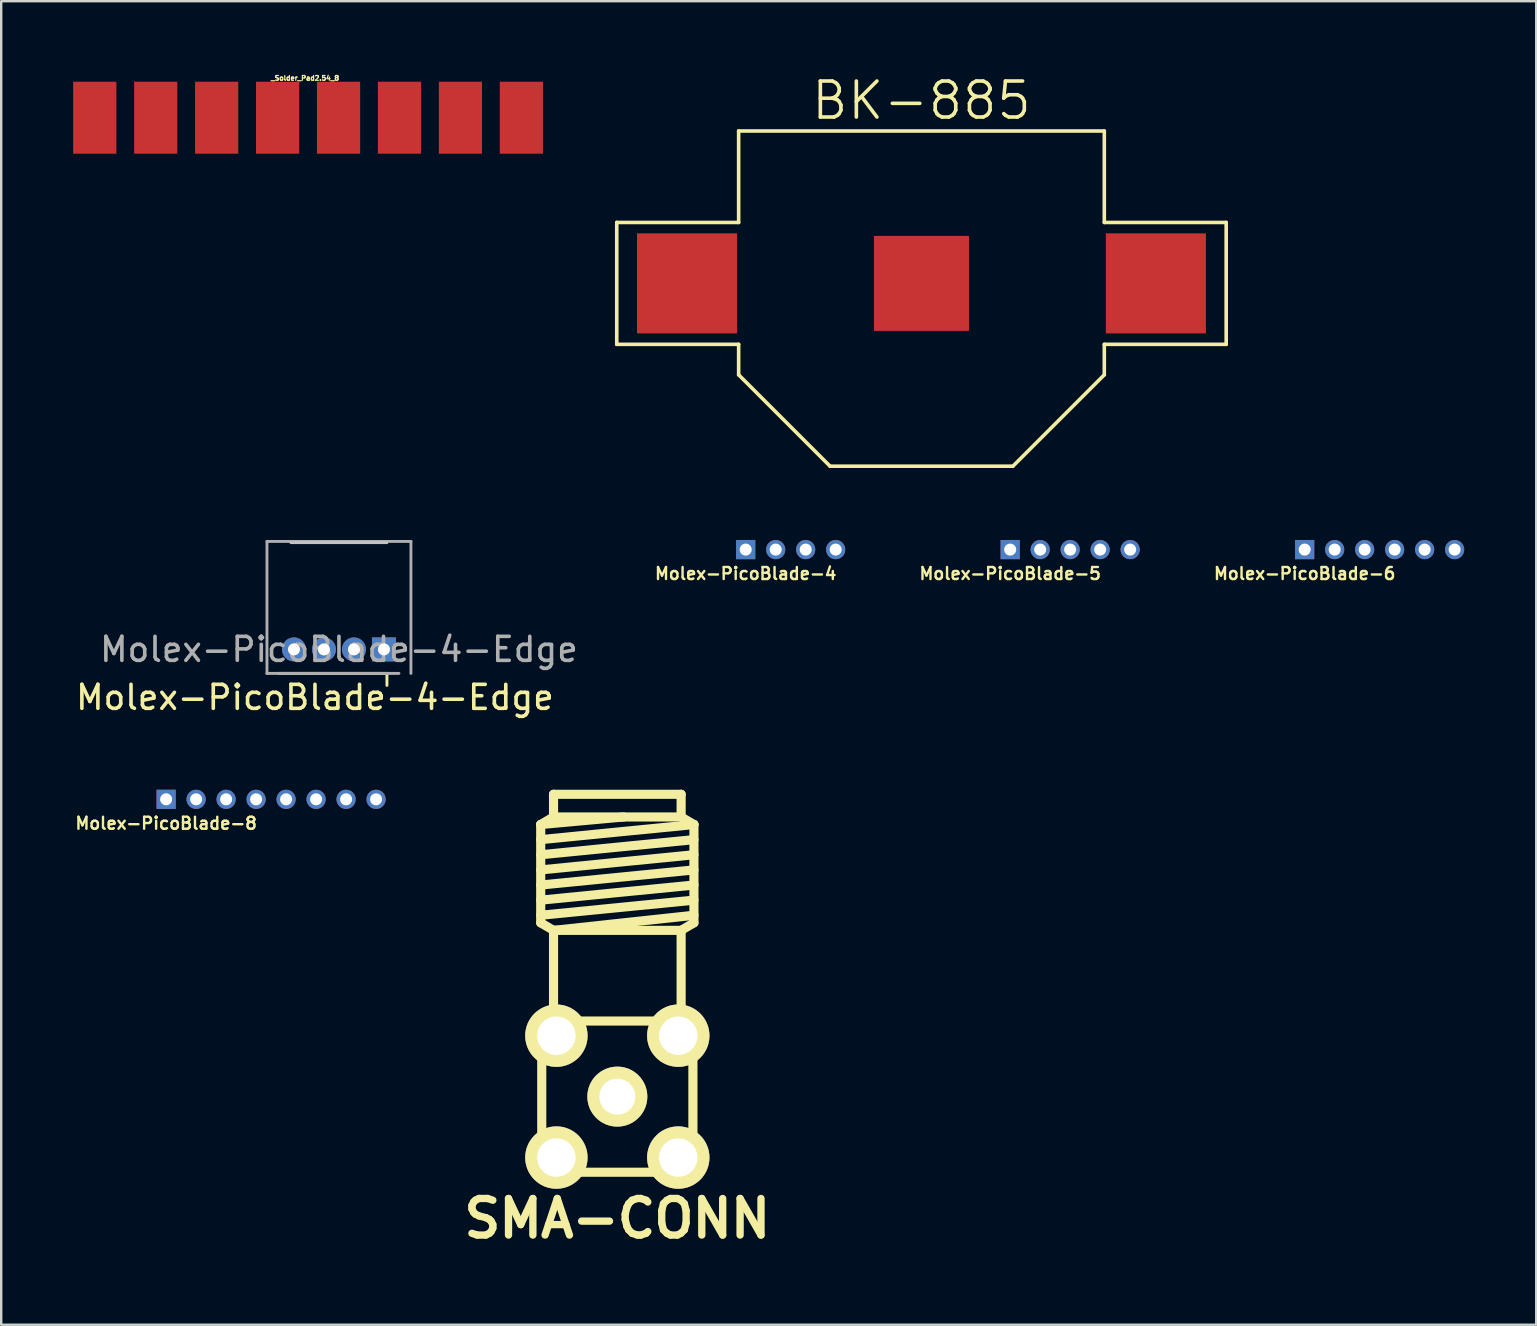
<source format=kicad_pcb>
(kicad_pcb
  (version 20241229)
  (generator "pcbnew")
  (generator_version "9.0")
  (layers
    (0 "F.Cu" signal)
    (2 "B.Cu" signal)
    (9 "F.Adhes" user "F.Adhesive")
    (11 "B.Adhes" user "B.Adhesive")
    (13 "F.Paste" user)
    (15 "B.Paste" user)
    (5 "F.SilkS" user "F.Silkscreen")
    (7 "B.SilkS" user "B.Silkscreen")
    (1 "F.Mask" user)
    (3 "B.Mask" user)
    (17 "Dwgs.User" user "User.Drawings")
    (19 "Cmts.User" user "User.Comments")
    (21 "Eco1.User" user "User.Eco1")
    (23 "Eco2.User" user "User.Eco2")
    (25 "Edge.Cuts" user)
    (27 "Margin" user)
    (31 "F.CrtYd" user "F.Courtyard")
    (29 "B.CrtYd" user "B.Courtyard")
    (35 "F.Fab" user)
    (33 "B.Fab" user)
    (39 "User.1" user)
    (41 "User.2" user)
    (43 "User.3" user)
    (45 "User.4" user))
  (footprint "BK-885"
    (layer "F.Cu")
    (at 35.355 8.761)
    (property "Reference" "BK-885" (at 0 -7.62 0) (layer "F.SilkS") (effects (font (size 1.5 1.5) (thickness 0.15))))
    (attr through_hole)
    (fp_line (start -12.7 -2.54) (end -12.7 2.54) (stroke (width 0.15) (type solid)) (layer "F.SilkS"))
    (fp_line (start -12.7 2.54) (end -7.62 2.54) (stroke (width 0.15) (type solid)) (layer "F.SilkS"))
    (fp_line (start -7.62 -6.35) (end -7.62 -2.54) (stroke (width 0.15) (type solid)) (layer "F.SilkS"))
    (fp_line (start -7.62 -2.54) (end -12.7 -2.54) (stroke (width 0.15) (type solid)) (layer "F.SilkS"))
    (fp_line (start -7.62 2.54) (end -7.62 3.81) (stroke (width 0.15) (type solid)) (layer "F.SilkS"))
    (fp_line (start -7.62 3.81) (end -3.81 7.62) (stroke (width 0.15) (type solid)) (layer "F.SilkS"))
    (fp_line (start -3.81 7.62) (end 3.81 7.62) (stroke (width 0.15) (type solid)) (layer "F.SilkS"))
    (fp_line (start 3.81 7.62) (end 7.62 3.81) (stroke (width 0.15) (type solid)) (layer "F.SilkS"))
    (fp_line (start 7.62 -6.35) (end -7.62 -6.35) (stroke (width 0.15) (type solid)) (layer "F.SilkS"))
    (fp_line (start 7.62 -2.54) (end 7.62 -6.35) (stroke (width 0.15) (type solid)) (layer "F.SilkS"))
    (fp_line (start 7.62 2.54) (end 12.7 2.54) (stroke (width 0.15) (type solid)) (layer "F.SilkS"))
    (fp_line (start 7.62 3.81) (end 7.62 2.54) (stroke (width 0.15) (type solid)) (layer "F.SilkS"))
    (fp_line (start 12.7 -2.54) (end 7.62 -2.54) (stroke (width 0.15) (type solid)) (layer "F.SilkS"))
    (fp_line (start 12.7 2.54) (end 12.7 -2.54) (stroke (width 0.15) (type solid)) (layer "F.SilkS"))
    (pad "1" smd rect (at -9.77 0) (size 4.17 4.17) (layers "F.Cu" "F.Mask" "F.Paste"))
    (pad "1" smd rect (at 9.77 0) (size 4.17 4.17) (layers "F.Cu" "F.Mask" "F.Paste"))
    (pad "2" smd rect (at 0 0) (size 3.96 3.96) (layers "F.Cu" "F.Mask" "F.Paste")))
  (footprint "Molex-PicoBlade-6"
    (layer "F.Cu")
    (at 51.326 19.856)
    (property "Reference" "Molex-PicoBlade-6" (at 0 1 0) (layer "F.SilkS") (effects (font (size 0.5 0.5) (thickness 0.1))))
    (attr through_hole)
    (pad "1" thru_hole rect (at 0 0) (size 0.8 0.8) (drill 0.5) (layers "*.Cu" "*.Mask"))
    (pad "2" thru_hole circle (at 1.25 0) (size 0.8 0.8) (drill 0.5) (layers "*.Cu" "*.Mask"))
    (pad "3" thru_hole circle (at 2.5 0) (size 0.8 0.8) (drill 0.5) (layers "*.Cu" "*.Mask"))
    (pad "4" thru_hole circle (at 3.75 0) (size 0.8 0.8) (drill 0.5) (layers "*.Cu" "*.Mask"))
    (pad "5" thru_hole circle (at 5 0) (size 0.8 0.8) (drill 0.5) (layers "*.Cu" "*.Mask"))
    (pad "6" thru_hole circle (at 6.25 0) (size 0.8 0.8) (drill 0.5) (layers "*.Cu" "*.Mask")))
  (footprint "Molex-PicoBlade-8"
    (layer "F.Cu")
    (at 3.874 30.264)
    (property "Reference" "Molex-PicoBlade-8" (at 0 1 0) (layer "F.SilkS") (effects (font (size 0.5 0.5) (thickness 0.1))))
    (attr through_hole)
    (pad "1" thru_hole rect (at 0 0) (size 0.8 0.8) (drill 0.5) (layers "*.Cu" "*.Mask"))
    (pad "2" thru_hole circle (at 1.25 0) (size 0.8 0.8) (drill 0.5) (layers "*.Cu" "*.Mask"))
    (pad "3" thru_hole circle (at 2.5 0) (size 0.8 0.8) (drill 0.5) (layers "*.Cu" "*.Mask"))
    (pad "4" thru_hole circle (at 3.75 0) (size 0.8 0.8) (drill 0.5) (layers "*.Cu" "*.Mask"))
    (pad "5" thru_hole circle (at 5 0) (size 0.8 0.8) (drill 0.5) (layers "*.Cu" "*.Mask"))
    (pad "6" thru_hole circle (at 6.25 0) (size 0.8 0.8) (drill 0.5) (layers "*.Cu" "*.Mask"))
    (pad "7" thru_hole circle (at 7.5 0) (size 0.8 0.8) (drill 0.5) (layers "*.Cu" "*.Mask"))
    (pad "8" thru_hole circle (at 8.75 0) (size 0.8 0.8) (drill 0.5) (layers "*.Cu" "*.Mask")))
  (footprint "Molex-PicoBlade-4"
    (layer "F.Cu")
    (at 28.029 19.856)
    (property "Reference" "Molex-PicoBlade-4" (at 0 1 0) (layer "F.SilkS") (effects (font (size 0.5 0.5) (thickness 0.1))))
    (attr through_hole)
    (pad "1" thru_hole rect (at 0 0) (size 0.8 0.8) (drill 0.5) (layers "*.Cu" "*.Mask"))
    (pad "2" thru_hole circle (at 1.25 0) (size 0.8 0.8) (drill 0.5) (layers "*.Cu" "*.Mask"))
    (pad "3" thru_hole circle (at 2.5 0) (size 0.8 0.8) (drill 0.5) (layers "*.Cu" "*.Mask"))
    (pad "4" thru_hole circle (at 3.75 0) (size 0.8 0.8) (drill 0.5) (layers "*.Cu" "*.Mask")))
  (footprint "Molex-PicoBlade-5"
    (layer "F.Cu")
    (at 39.052 19.856)
    (property "Reference" "Molex-PicoBlade-5" (at 0 1 0) (layer "F.SilkS") (effects (font (size 0.5 0.5) (thickness 0.1))))
    (attr through_hole)
    (pad "1" thru_hole rect (at 0 0) (size 0.8 0.8) (drill 0.5) (layers "*.Cu" "*.Mask"))
    (pad "2" thru_hole circle (at 1.25 0) (size 0.8 0.8) (drill 0.5) (layers "*.Cu" "*.Mask"))
    (pad "3" thru_hole circle (at 2.5 0) (size 0.8 0.8) (drill 0.5) (layers "*.Cu" "*.Mask"))
    (pad "4" thru_hole circle (at 3.75 0) (size 0.8 0.8) (drill 0.5) (layers "*.Cu" "*.Mask"))
    (pad "5" thru_hole circle (at 5 0) (size 0.8 0.8) (drill 0.5) (layers "*.Cu" "*.Mask")))
  (footprint "Molex-PicoBlade-4-Edge"
    (layer "F.Cu")
    (at 11.077 24.016)
    (property "Reference" "Molex-PicoBlade-4-Edge" (at -1 2 0) (layer "F.SilkS") (effects (font (size 1 1) (thickness 0.15))))
    (attr through_hole)
    (fp_line (start -2.5 1) (end 2 1) (stroke (width 0.12) (type solid)) (layer "F.SilkS"))
    (fp_line (start 2 1) (end 2 1.5) (stroke (width 0.12) (type solid)) (layer "F.SilkS"))
    (fp_line (start -2 -4.45) (end 2 -4.45) (stroke (width 0.12) (type solid)) (layer "Dwgs.User"))
    (fp_line (start -3 -4.5) (end -3 1) (stroke (width 0.12) (type solid)) (layer "F.Fab"))
    (fp_line (start -3 1) (end 2.5 1) (stroke (width 0.12) (type solid)) (layer "F.Fab"))
    (fp_line (start 3 -4.5) (end -3 -4.5) (stroke (width 0.12) (type solid)) (layer "F.Fab"))
    (fp_line (start 3 1) (end 3 -4.5) (stroke (width 0.12) (type solid)) (layer "F.Fab"))
    (fp_text user "${REFERENCE}" (at 0 0 0) (layer "F.Fab") (effects (font (size 1 1) (thickness 0.15))))
    (pad "1" thru_hole rect (at 1.875 0) (size 1 1) (drill 0.5) (layers "*.Cu" "*.Mask"))
    (pad "2" thru_hole circle (at 0.625 0) (size 1 1) (drill 0.5) (layers "*.Cu" "*.Mask"))
    (pad "3" thru_hole circle (at -0.625 0) (size 1 1) (drill 0.5) (layers "*.Cu" "*.Mask"))
    (pad "4" thru_hole circle (at -1.875 0) (size 1 1) (drill 0.5) (layers "*.Cu" "*.Mask")))
  (footprint "SMA-CONN"
    (layer "F.Cu")
    (at 22.679 42.655)
    (property "Reference" "SMA-CONN" (at 0 5.08 0) (layer "F.SilkS") (effects (font (size 1.524 1.524) (thickness 0.305))))
    (attr through_hole)
    (fp_line (start -3.193 -11.341) (end -2.659 -11.656) (stroke (width 0.381) (type solid)) (layer "F.SilkS"))
    (fp_line (start -3.193 -11.341) (end 0.267 -11.656) (stroke (width 0.381) (type solid)) (layer "F.SilkS"))
    (fp_line (start -3.193 -10.711) (end 3.193 -11.341) (stroke (width 0.381) (type solid)) (layer "F.SilkS"))
    (fp_line (start -3.193 -10.081) (end 3.193 -10.711) (stroke (width 0.381) (type solid)) (layer "F.SilkS"))
    (fp_line (start -3.193 -9.449) (end 3.193 -10.081) (stroke (width 0.381) (type solid)) (layer "F.SilkS"))
    (fp_line (start -3.193 -8.819) (end 3.193 -9.449) (stroke (width 0.381) (type solid)) (layer "F.SilkS"))
    (fp_line (start -3.193 -8.189) (end 3.193 -8.819) (stroke (width 0.381) (type solid)) (layer "F.SilkS"))
    (fp_line (start -3.193 -7.559) (end 3.193 -8.189) (stroke (width 0.381) (type solid)) (layer "F.SilkS"))
    (fp_line (start -3.193 -7.244) (end -3.193 -11.341) (stroke (width 0.381) (type solid)) (layer "F.SilkS"))
    (fp_line (start -3.15 -3.15) (end 3.15 -3.15) (stroke (width 0.381) (type solid)) (layer "F.SilkS"))
    (fp_line (start -3.15 3.15) (end -3.15 -3.15) (stroke (width 0.381) (type solid)) (layer "F.SilkS"))
    (fp_line (start -2.659 -11.656) (end -2.659 -12.601) (stroke (width 0.381) (type solid)) (layer "F.SilkS"))
    (fp_line (start -2.659 -11.656) (end 2.659 -11.656) (stroke (width 0.381) (type solid)) (layer "F.SilkS"))
    (fp_line (start -2.659 -6.929) (end -3.193 -7.244) (stroke (width 0.381) (type solid)) (layer "F.SilkS"))
    (fp_line (start -2.659 -3.15) (end -2.659 -6.929) (stroke (width 0.381) (type solid)) (layer "F.SilkS"))
    (fp_line (start 2.659 -12.601) (end -2.659 -12.601) (stroke (width 0.381) (type solid)) (layer "F.SilkS"))
    (fp_line (start 2.659 -11.656) (end 2.659 -12.601) (stroke (width 0.381) (type solid)) (layer "F.SilkS"))
    (fp_line (start 2.659 -11.656) (end 3.193 -11.341) (stroke (width 0.381) (type solid)) (layer "F.SilkS"))
    (fp_line (start 2.659 -6.929) (end -2.659 -6.929) (stroke (width 0.381) (type solid)) (layer "F.SilkS"))
    (fp_line (start 2.659 -3.15) (end 2.659 -6.929) (stroke (width 0.381) (type solid)) (layer "F.SilkS"))
    (fp_line (start 3.15 -3.15) (end 3.15 3.15) (stroke (width 0.381) (type solid)) (layer "F.SilkS"))
    (fp_line (start 3.15 3.15) (end -3.15 3.15) (stroke (width 0.381) (type solid)) (layer "F.SilkS"))
    (fp_line (start 3.193 -11.341) (end 3.193 -7.244) (stroke (width 0.381) (type solid)) (layer "F.SilkS"))
    (fp_line (start 3.193 -7.559) (end -2.659 -6.929) (stroke (width 0.381) (type solid)) (layer "F.SilkS"))
    (fp_line (start 3.193 -7.244) (end 2.659 -6.929) (stroke (width 0.381) (type solid)) (layer "F.SilkS"))
    (pad "1" thru_hole circle (at 0 0) (size 2.5 2.5) (drill 1.5) (layers "*.Cu" "*.Mask" "F.SilkS"))
    (pad "2" thru_hole circle (at -2.54 -2.54) (size 2.6 2.6) (drill 1.6) (layers "*.Cu" "*.Mask" "F.SilkS"))
    (pad "3" thru_hole circle (at 2.54 -2.54) (size 2.6 2.6) (drill 1.6) (layers "*.Cu" "*.Mask" "F.SilkS"))
    (pad "4" thru_hole circle (at 2.54 2.54) (size 2.6 2.6) (drill 1.6) (layers "*.Cu" "*.Mask" "F.SilkS"))
    (pad "5" thru_hole circle (at -2.54 2.54) (size 2.6 2.6) (drill 1.6) (layers "*.Cu" "*.Mask" "F.SilkS")))
  (footprint "_Solder_Pad2.54_8"
    (layer "F.Cu")
    (at 9.79 1.856)
    (property "Reference" "_Solder_Pad2.54_8" (at -0.127 -1.651 0) (layer "F.SilkS") (effects (font (size 0.2 0.2) (thickness 0.05))))
    (attr through_hole)
    (pad "1" smd rect (at -8.89 0) (size 1.8 3) (layers "F.Cu" "F.Mask" "F.Paste"))
    (pad "2" smd rect (at -6.35 0) (size 1.8 3) (layers "F.Cu" "F.Mask" "F.Paste"))
    (pad "3" smd rect (at -3.81 0) (size 1.8 3) (layers "F.Cu" "F.Mask" "F.Paste"))
    (pad "4" smd rect (at -1.27 0) (size 1.8 3) (layers "F.Cu" "F.Mask" "F.Paste"))
    (pad "5" smd rect (at 1.27 0) (size 1.8 3) (layers "F.Cu" "F.Mask" "F.Paste"))
    (pad "6" smd rect (at 3.81 0) (size 1.8 3) (layers "F.Cu" "F.Mask" "F.Paste"))
    (pad "7" smd rect (at 6.35 0) (size 1.8 3) (layers "F.Cu" "F.Mask" "F.Paste"))
    (pad "8" smd rect (at 8.89 0) (size 1.8 3) (layers "F.Cu" "F.Mask" "F.Paste")))
  (gr_rect
    (start -3 -3)
    (end 60.976 52.162)
    (stroke (width 0.1) (type default))
    (fill no)
    (layer "Edge.Cuts")))
</source>
